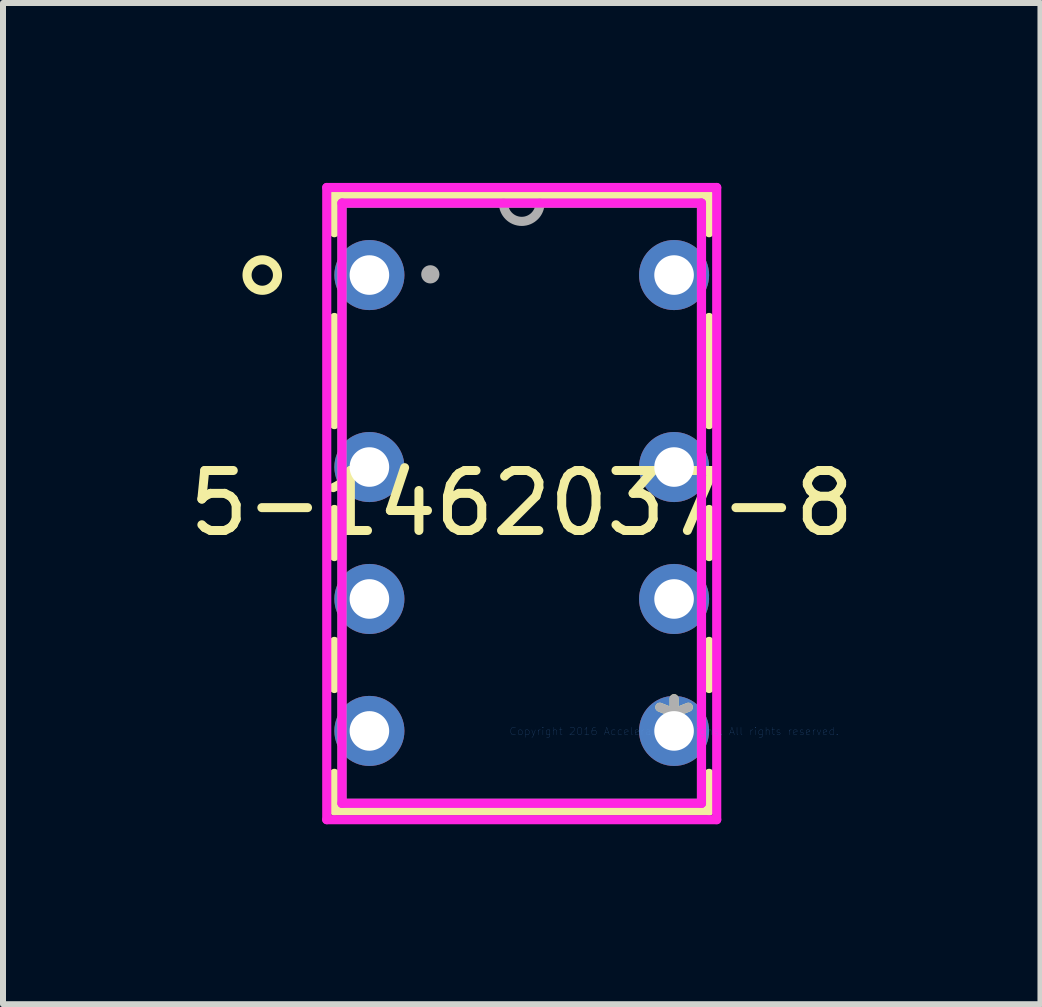
<source format=kicad_pcb>
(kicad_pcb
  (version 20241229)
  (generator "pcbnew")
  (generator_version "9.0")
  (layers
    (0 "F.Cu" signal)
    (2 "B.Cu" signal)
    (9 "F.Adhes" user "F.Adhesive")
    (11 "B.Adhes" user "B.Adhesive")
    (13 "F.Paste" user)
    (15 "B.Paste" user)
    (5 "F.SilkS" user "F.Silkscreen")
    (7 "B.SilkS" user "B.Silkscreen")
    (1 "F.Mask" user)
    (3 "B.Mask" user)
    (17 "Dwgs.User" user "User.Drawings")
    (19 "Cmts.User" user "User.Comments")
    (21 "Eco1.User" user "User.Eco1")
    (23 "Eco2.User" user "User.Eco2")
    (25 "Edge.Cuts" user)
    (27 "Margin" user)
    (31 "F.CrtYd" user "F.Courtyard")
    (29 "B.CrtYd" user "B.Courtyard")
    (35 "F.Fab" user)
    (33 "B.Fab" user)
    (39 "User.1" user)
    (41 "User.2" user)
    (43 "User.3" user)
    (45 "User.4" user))
  (footprint "5-1462037-8"
    (layer "F.Cu")
    (at 8.189 9.144)
    (property "Reference" "5-1462037-8" (at -2.54 -3.804 0) (layer "F.SilkS") (effects (font (size 1 1) (thickness 0.15))))
    (attr through_hole)
    (fp_line (start -5.664 -8.935) (end -5.664 -8.314) (stroke (width 0.152) (type solid)) (layer "F.SilkS"))
    (fp_line (start -5.664 -6.901) (end -5.664 -5.114) (stroke (width 0.152) (type solid)) (layer "F.SilkS"))
    (fp_line (start -5.664 -3.7) (end -5.664 -2.914) (stroke (width 0.152) (type solid)) (layer "F.SilkS"))
    (fp_line (start -5.664 -1.5) (end -5.664 -0.714) (stroke (width 0.152) (type solid)) (layer "F.SilkS"))
    (fp_line (start -5.664 0.7) (end -5.664 1.327) (stroke (width 0.152) (type solid)) (layer "F.SilkS"))
    (fp_line (start -5.664 1.327) (end 0.584 1.327) (stroke (width 0.152) (type solid)) (layer "F.SilkS"))
    (fp_line (start 0.584 -8.935) (end -5.664 -8.935) (stroke (width 0.152) (type solid)) (layer "F.SilkS"))
    (fp_line (start 0.584 -8.314) (end 0.584 -8.935) (stroke (width 0.152) (type solid)) (layer "F.SilkS"))
    (fp_line (start 0.584 -5.114) (end 0.584 -6.901) (stroke (width 0.152) (type solid)) (layer "F.SilkS"))
    (fp_line (start 0.584 -2.914) (end 0.584 -3.7) (stroke (width 0.152) (type solid)) (layer "F.SilkS"))
    (fp_line (start 0.584 -0.714) (end 0.584 -1.5) (stroke (width 0.152) (type solid)) (layer "F.SilkS"))
    (fp_line (start 0.584 1.327) (end 0.584 0.7) (stroke (width 0.152) (type solid)) (layer "F.SilkS"))
    (fp_circle (center -6.866 -7.608) (end -6.612 -7.608) (stroke (width 0.152) (type solid)) (fill no) (layer "F.SilkS"))
    (fp_line (start -5.791 -9.068) (end 0.711 -9.068) (stroke (width 0.152) (type solid)) (layer "F.CrtYd"))
    (fp_line (start -5.791 1.473) (end -5.791 -9.068) (stroke (width 0.152) (type solid)) (layer "F.CrtYd"))
    (fp_line (start -5.537 -8.808) (end 0.457 -8.808) (stroke (width 0.152) (type solid)) (layer "F.CrtYd"))
    (fp_line (start -5.537 1.2) (end -5.537 -8.808) (stroke (width 0.152) (type solid)) (layer "F.CrtYd"))
    (fp_line (start 0.457 -8.808) (end 0.457 1.2) (stroke (width 0.152) (type solid)) (layer "F.CrtYd"))
    (fp_line (start 0.457 1.2) (end -5.537 1.2) (stroke (width 0.152) (type solid)) (layer "F.CrtYd"))
    (fp_line (start 0.711 -9.068) (end 0.711 1.473) (stroke (width 0.152) (type solid)) (layer "F.CrtYd"))
    (fp_line (start 0.711 1.473) (end -5.791 1.473) (stroke (width 0.152) (type solid)) (layer "F.CrtYd"))
    (fp_line (start -5.537 -8.808) (end -5.537 1.2) (stroke (width 0.152) (type solid)) (layer "F.Fab"))
    (fp_line (start -5.537 1.2) (end 0.457 1.2) (stroke (width 0.152) (type solid)) (layer "F.Fab"))
    (fp_line (start 0.457 -8.808) (end -5.537 -8.808) (stroke (width 0.152) (type solid)) (layer "F.Fab"))
    (fp_line (start 0.457 1.2) (end 0.457 -8.808) (stroke (width 0.152) (type solid)) (layer "F.Fab"))
    (fp_arc (start -2.2352 -8.8076) (mid -2.54 -8.5028) (end -2.8448 -8.8076) (stroke (width 0.1524) (type solid)) (layer "F.Fab"))
    (fp_circle (center -4.064 -7.62) (end -3.988 -7.62) (stroke (width 0.152) (type solid)) (fill no) (layer "F.Fab"))
    (fp_text user "*" (at 0 0 0) (layer "F.SilkS") (effects (font (size 1 1) (thickness 0.15))))
    (fp_text user "Copyright 2016 Accelerated Designs. All rights reserved." (at 0 0 0) (layer "Cmts.User") (effects (font (size 0.127 0.127) (thickness 0.002))))
    (fp_text user "*" (at 0 0 0) (layer "F.Fab") (effects (font (size 1 1) (thickness 0.15))))
    (pad "1" thru_hole circle (at -5.08 -7.608) (size 1.168 1.168) (drill 0.66) (layers "*.Cu" "*.Mask"))
    (pad "2" thru_hole circle (at -5.08 -4.407) (size 1.168 1.168) (drill 0.66) (layers "*.Cu" "*.Mask"))
    (pad "3" thru_hole circle (at -5.08 -2.207) (size 1.168 1.168) (drill 0.66) (layers "*.Cu" "*.Mask"))
    (pad "4" thru_hole circle (at -5.08 -0.007) (size 1.168 1.168) (drill 0.66) (layers "*.Cu" "*.Mask"))
    (pad "5" thru_hole circle (at 0 -0.007) (size 1.168 1.168) (drill 0.66) (layers "*.Cu" "*.Mask"))
    (pad "6" thru_hole circle (at 0 -2.207) (size 1.168 1.168) (drill 0.66) (layers "*.Cu" "*.Mask"))
    (pad "7" thru_hole circle (at 0 -4.407) (size 1.168 1.168) (drill 0.66) (layers "*.Cu" "*.Mask"))
    (pad "8" thru_hole circle (at 0 -7.608) (size 1.168 1.168) (drill 0.66) (layers "*.Cu" "*.Mask")))
  (gr_rect
    (start -3 -3)
    (end 14.298 13.693)
    (stroke (width 0.1) (type default))
    (fill no)
    (layer "Edge.Cuts")))
</source>
